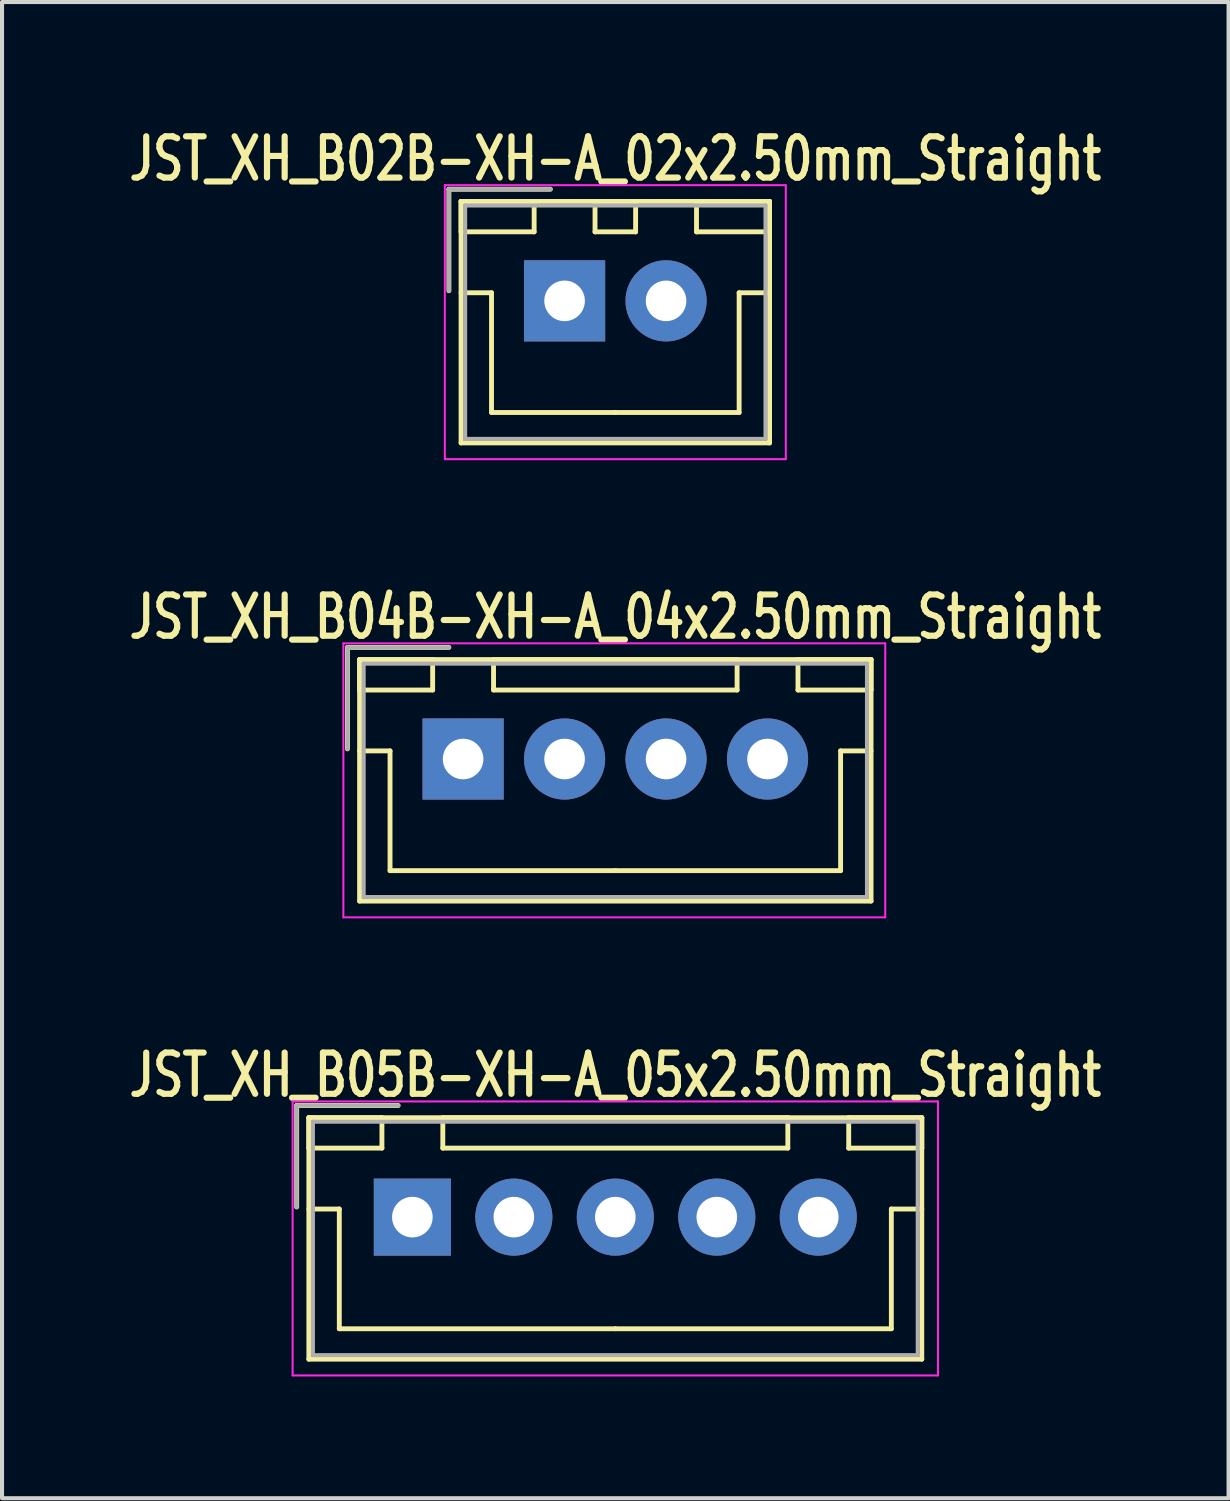
<source format=kicad_pcb>
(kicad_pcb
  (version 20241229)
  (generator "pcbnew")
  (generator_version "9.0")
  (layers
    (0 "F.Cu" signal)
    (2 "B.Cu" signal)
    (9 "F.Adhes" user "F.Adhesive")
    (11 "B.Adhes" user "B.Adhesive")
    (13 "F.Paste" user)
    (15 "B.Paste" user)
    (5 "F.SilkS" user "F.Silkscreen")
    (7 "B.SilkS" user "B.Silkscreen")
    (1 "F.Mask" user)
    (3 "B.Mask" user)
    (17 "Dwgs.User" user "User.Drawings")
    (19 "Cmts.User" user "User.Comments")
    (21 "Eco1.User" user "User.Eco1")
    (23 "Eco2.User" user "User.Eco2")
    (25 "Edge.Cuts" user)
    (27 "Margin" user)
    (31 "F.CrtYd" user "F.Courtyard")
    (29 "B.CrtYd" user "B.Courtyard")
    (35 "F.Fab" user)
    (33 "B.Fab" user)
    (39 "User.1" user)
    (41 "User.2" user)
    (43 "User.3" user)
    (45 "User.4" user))
  (footprint "JST_XH_B02B-XH-A_02x2.50mm_Straight"
    (layer "F.Cu")
    (at 10.859 4.362)
    (property "Reference" "JST_XH_B02B-XH-A_02x2.50mm_Straight" (at 1.25 -3.5 0) (layer "F.SilkS") (effects (font (size 1.016 0.762) (thickness 0.152))))
    (attr through_hole)
    (fp_line (start -2.85 -2.75) (end -2.85 -0.25) (stroke (width 0.12) (type solid)) (layer "F.SilkS"))
    (fp_line (start -2.55 -2.45) (end -2.55 -1.7) (stroke (width 0.12) (type solid)) (layer "F.SilkS"))
    (fp_line (start -2.55 -2.45) (end -2.55 3.5) (stroke (width 0.12) (type solid)) (layer "F.SilkS"))
    (fp_line (start -2.55 -1.7) (end -0.75 -1.7) (stroke (width 0.12) (type solid)) (layer "F.SilkS"))
    (fp_line (start -2.55 -0.2) (end -1.8 -0.2) (stroke (width 0.12) (type solid)) (layer "F.SilkS"))
    (fp_line (start -2.55 3.5) (end 5.05 3.5) (stroke (width 0.12) (type solid)) (layer "F.SilkS"))
    (fp_line (start -1.8 -0.2) (end -1.8 2.75) (stroke (width 0.12) (type solid)) (layer "F.SilkS"))
    (fp_line (start -1.8 2.75) (end 1.25 2.75) (stroke (width 0.12) (type solid)) (layer "F.SilkS"))
    (fp_line (start -0.75 -2.45) (end -2.55 -2.45) (stroke (width 0.12) (type solid)) (layer "F.SilkS"))
    (fp_line (start -0.75 -1.7) (end -0.75 -2.45) (stroke (width 0.12) (type solid)) (layer "F.SilkS"))
    (fp_line (start -0.35 -2.75) (end -2.85 -2.75) (stroke (width 0.12) (type solid)) (layer "F.SilkS"))
    (fp_line (start 0.75 -2.45) (end 0.75 -1.7) (stroke (width 0.12) (type solid)) (layer "F.SilkS"))
    (fp_line (start 0.75 -1.7) (end 1.75 -1.7) (stroke (width 0.12) (type solid)) (layer "F.SilkS"))
    (fp_line (start 1.75 -2.45) (end 0.75 -2.45) (stroke (width 0.12) (type solid)) (layer "F.SilkS"))
    (fp_line (start 1.75 -1.7) (end 1.75 -2.45) (stroke (width 0.12) (type solid)) (layer "F.SilkS"))
    (fp_line (start 3.25 -2.45) (end 3.25 -1.7) (stroke (width 0.12) (type solid)) (layer "F.SilkS"))
    (fp_line (start 3.25 -1.7) (end 5.05 -1.7) (stroke (width 0.12) (type solid)) (layer "F.SilkS"))
    (fp_line (start 4.3 -0.2) (end 4.3 2.75) (stroke (width 0.12) (type solid)) (layer "F.SilkS"))
    (fp_line (start 4.3 2.75) (end 1.25 2.75) (stroke (width 0.12) (type solid)) (layer "F.SilkS"))
    (fp_line (start 5.05 -2.45) (end -2.55 -2.45) (stroke (width 0.12) (type solid)) (layer "F.SilkS"))
    (fp_line (start 5.05 -2.45) (end 3.25 -2.45) (stroke (width 0.12) (type solid)) (layer "F.SilkS"))
    (fp_line (start 5.05 -1.7) (end 5.05 -2.45) (stroke (width 0.12) (type solid)) (layer "F.SilkS"))
    (fp_line (start 5.05 -0.2) (end 4.3 -0.2) (stroke (width 0.12) (type solid)) (layer "F.SilkS"))
    (fp_line (start 5.05 3.5) (end 5.05 -2.45) (stroke (width 0.12) (type solid)) (layer "F.SilkS"))
    (fp_line (start -2.95 -2.85) (end -2.95 3.9) (stroke (width 0.05) (type solid)) (layer "F.CrtYd"))
    (fp_line (start -2.95 3.9) (end 5.45 3.9) (stroke (width 0.05) (type solid)) (layer "F.CrtYd"))
    (fp_line (start 5.45 -2.85) (end -2.95 -2.85) (stroke (width 0.05) (type solid)) (layer "F.CrtYd"))
    (fp_line (start 5.45 3.9) (end 5.45 -2.85) (stroke (width 0.05) (type solid)) (layer "F.CrtYd"))
    (fp_line (start -2.85 -2.75) (end -2.85 -0.25) (stroke (width 0.1) (type solid)) (layer "F.Fab"))
    (fp_line (start -2.45 -2.35) (end -2.45 3.4) (stroke (width 0.1) (type solid)) (layer "F.Fab"))
    (fp_line (start -2.45 3.4) (end 4.95 3.4) (stroke (width 0.1) (type solid)) (layer "F.Fab"))
    (fp_line (start -0.35 -2.75) (end -2.85 -2.75) (stroke (width 0.1) (type solid)) (layer "F.Fab"))
    (fp_line (start 4.95 -2.35) (end -2.45 -2.35) (stroke (width 0.1) (type solid)) (layer "F.Fab"))
    (fp_line (start 4.95 3.4) (end 4.95 -2.35) (stroke (width 0.1) (type solid)) (layer "F.Fab"))
    (pad "1" thru_hole rect (at 0 0) (size 2 2) (drill 1) (layers "*.Cu" "*.Mask"))
    (pad "2" thru_hole circle (at 2.5 0) (size 2 2) (drill 1) (layers "*.Cu" "*.Mask")))
  (footprint "JST_XH_B04B-XH-A_04x2.50mm_Straight"
    (layer "F.Cu")
    (at 8.359 15.649)
    (property "Reference" "JST_XH_B04B-XH-A_04x2.50mm_Straight" (at 3.75 -3.5 0) (layer "F.SilkS") (effects (font (size 1.016 0.762) (thickness 0.152))))
    (attr through_hole)
    (fp_line (start -2.85 -2.75) (end -2.85 -0.25) (stroke (width 0.12) (type solid)) (layer "F.SilkS"))
    (fp_line (start -2.55 -2.45) (end -2.55 -1.7) (stroke (width 0.12) (type solid)) (layer "F.SilkS"))
    (fp_line (start -2.55 -2.45) (end -2.55 3.5) (stroke (width 0.12) (type solid)) (layer "F.SilkS"))
    (fp_line (start -2.55 -1.7) (end -0.75 -1.7) (stroke (width 0.12) (type solid)) (layer "F.SilkS"))
    (fp_line (start -2.55 -0.2) (end -1.8 -0.2) (stroke (width 0.12) (type solid)) (layer "F.SilkS"))
    (fp_line (start -2.55 3.5) (end 10.05 3.5) (stroke (width 0.12) (type solid)) (layer "F.SilkS"))
    (fp_line (start -1.8 -0.2) (end -1.8 2.75) (stroke (width 0.12) (type solid)) (layer "F.SilkS"))
    (fp_line (start -1.8 2.75) (end 3.75 2.75) (stroke (width 0.12) (type solid)) (layer "F.SilkS"))
    (fp_line (start -0.75 -2.45) (end -2.55 -2.45) (stroke (width 0.12) (type solid)) (layer "F.SilkS"))
    (fp_line (start -0.75 -1.7) (end -0.75 -2.45) (stroke (width 0.12) (type solid)) (layer "F.SilkS"))
    (fp_line (start -0.35 -2.75) (end -2.85 -2.75) (stroke (width 0.12) (type solid)) (layer "F.SilkS"))
    (fp_line (start 0.75 -2.45) (end 0.75 -1.7) (stroke (width 0.12) (type solid)) (layer "F.SilkS"))
    (fp_line (start 0.75 -1.7) (end 6.75 -1.7) (stroke (width 0.12) (type solid)) (layer "F.SilkS"))
    (fp_line (start 6.75 -2.45) (end 0.75 -2.45) (stroke (width 0.12) (type solid)) (layer "F.SilkS"))
    (fp_line (start 6.75 -1.7) (end 6.75 -2.45) (stroke (width 0.12) (type solid)) (layer "F.SilkS"))
    (fp_line (start 8.25 -2.45) (end 8.25 -1.7) (stroke (width 0.12) (type solid)) (layer "F.SilkS"))
    (fp_line (start 8.25 -1.7) (end 10.05 -1.7) (stroke (width 0.12) (type solid)) (layer "F.SilkS"))
    (fp_line (start 9.3 -0.2) (end 9.3 2.75) (stroke (width 0.12) (type solid)) (layer "F.SilkS"))
    (fp_line (start 9.3 2.75) (end 3.75 2.75) (stroke (width 0.12) (type solid)) (layer "F.SilkS"))
    (fp_line (start 10.05 -2.45) (end -2.55 -2.45) (stroke (width 0.12) (type solid)) (layer "F.SilkS"))
    (fp_line (start 10.05 -2.45) (end 8.25 -2.45) (stroke (width 0.12) (type solid)) (layer "F.SilkS"))
    (fp_line (start 10.05 -1.7) (end 10.05 -2.45) (stroke (width 0.12) (type solid)) (layer "F.SilkS"))
    (fp_line (start 10.05 -0.2) (end 9.3 -0.2) (stroke (width 0.12) (type solid)) (layer "F.SilkS"))
    (fp_line (start 10.05 3.5) (end 10.05 -2.45) (stroke (width 0.12) (type solid)) (layer "F.SilkS"))
    (fp_line (start -2.95 -2.85) (end -2.95 3.9) (stroke (width 0.05) (type solid)) (layer "F.CrtYd"))
    (fp_line (start -2.95 3.9) (end 10.4 3.9) (stroke (width 0.05) (type solid)) (layer "F.CrtYd"))
    (fp_line (start 10.4 -2.85) (end -2.95 -2.85) (stroke (width 0.05) (type solid)) (layer "F.CrtYd"))
    (fp_line (start 10.4 3.9) (end 10.4 -2.85) (stroke (width 0.05) (type solid)) (layer "F.CrtYd"))
    (fp_line (start -2.85 -2.75) (end -2.85 -0.25) (stroke (width 0.1) (type solid)) (layer "F.Fab"))
    (fp_line (start -2.45 -2.35) (end -2.45 3.4) (stroke (width 0.1) (type solid)) (layer "F.Fab"))
    (fp_line (start -2.45 3.4) (end 9.95 3.4) (stroke (width 0.1) (type solid)) (layer "F.Fab"))
    (fp_line (start -0.35 -2.75) (end -2.85 -2.75) (stroke (width 0.1) (type solid)) (layer "F.Fab"))
    (fp_line (start 9.95 -2.35) (end -2.45 -2.35) (stroke (width 0.1) (type solid)) (layer "F.Fab"))
    (fp_line (start 9.95 3.4) (end 9.95 -2.35) (stroke (width 0.1) (type solid)) (layer "F.Fab"))
    (pad "1" thru_hole rect (at 0 0) (size 2 2) (drill 1) (layers "*.Cu" "*.Mask"))
    (pad "2" thru_hole circle (at 2.5 0) (size 2 2) (drill 1) (layers "*.Cu" "*.Mask"))
    (pad "3" thru_hole circle (at 5 0) (size 2 2) (drill 1) (layers "*.Cu" "*.Mask"))
    (pad "4" thru_hole circle (at 7.5 0) (size 2 2) (drill 1) (layers "*.Cu" "*.Mask")))
  (footprint "JST_XH_B05B-XH-A_05x2.50mm_Straight"
    (layer "F.Cu")
    (at 7.109 26.935)
    (property "Reference" "JST_XH_B05B-XH-A_05x2.50mm_Straight" (at 5 -3.5 0) (layer "F.SilkS") (effects (font (size 1.016 0.762) (thickness 0.152))))
    (attr through_hole)
    (fp_line (start -2.85 -2.75) (end -2.85 -0.25) (stroke (width 0.12) (type solid)) (layer "F.SilkS"))
    (fp_line (start -2.55 -2.45) (end -2.55 -1.7) (stroke (width 0.12) (type solid)) (layer "F.SilkS"))
    (fp_line (start -2.55 -2.45) (end -2.55 3.5) (stroke (width 0.12) (type solid)) (layer "F.SilkS"))
    (fp_line (start -2.55 -1.7) (end -0.75 -1.7) (stroke (width 0.12) (type solid)) (layer "F.SilkS"))
    (fp_line (start -2.55 -0.2) (end -1.8 -0.2) (stroke (width 0.12) (type solid)) (layer "F.SilkS"))
    (fp_line (start -2.55 3.5) (end 12.55 3.5) (stroke (width 0.12) (type solid)) (layer "F.SilkS"))
    (fp_line (start -1.8 -0.2) (end -1.8 2.75) (stroke (width 0.12) (type solid)) (layer "F.SilkS"))
    (fp_line (start -1.8 2.75) (end 5 2.75) (stroke (width 0.12) (type solid)) (layer "F.SilkS"))
    (fp_line (start -0.75 -2.45) (end -2.55 -2.45) (stroke (width 0.12) (type solid)) (layer "F.SilkS"))
    (fp_line (start -0.75 -1.7) (end -0.75 -2.45) (stroke (width 0.12) (type solid)) (layer "F.SilkS"))
    (fp_line (start -0.35 -2.75) (end -2.85 -2.75) (stroke (width 0.12) (type solid)) (layer "F.SilkS"))
    (fp_line (start 0.75 -2.45) (end 0.75 -1.7) (stroke (width 0.12) (type solid)) (layer "F.SilkS"))
    (fp_line (start 0.75 -1.7) (end 9.25 -1.7) (stroke (width 0.12) (type solid)) (layer "F.SilkS"))
    (fp_line (start 9.25 -2.45) (end 0.75 -2.45) (stroke (width 0.12) (type solid)) (layer "F.SilkS"))
    (fp_line (start 9.25 -1.7) (end 9.25 -2.45) (stroke (width 0.12) (type solid)) (layer "F.SilkS"))
    (fp_line (start 10.75 -2.45) (end 10.75 -1.7) (stroke (width 0.12) (type solid)) (layer "F.SilkS"))
    (fp_line (start 10.75 -1.7) (end 12.55 -1.7) (stroke (width 0.12) (type solid)) (layer "F.SilkS"))
    (fp_line (start 11.8 -0.2) (end 11.8 2.75) (stroke (width 0.12) (type solid)) (layer "F.SilkS"))
    (fp_line (start 11.8 2.75) (end 5 2.75) (stroke (width 0.12) (type solid)) (layer "F.SilkS"))
    (fp_line (start 12.55 -2.45) (end -2.55 -2.45) (stroke (width 0.12) (type solid)) (layer "F.SilkS"))
    (fp_line (start 12.55 -2.45) (end 10.75 -2.45) (stroke (width 0.12) (type solid)) (layer "F.SilkS"))
    (fp_line (start 12.55 -1.7) (end 12.55 -2.45) (stroke (width 0.12) (type solid)) (layer "F.SilkS"))
    (fp_line (start 12.55 -0.2) (end 11.8 -0.2) (stroke (width 0.12) (type solid)) (layer "F.SilkS"))
    (fp_line (start 12.55 3.5) (end 12.55 -2.45) (stroke (width 0.12) (type solid)) (layer "F.SilkS"))
    (fp_line (start -2.95 -2.85) (end -2.95 3.9) (stroke (width 0.05) (type solid)) (layer "F.CrtYd"))
    (fp_line (start -2.95 3.9) (end 12.95 3.9) (stroke (width 0.05) (type solid)) (layer "F.CrtYd"))
    (fp_line (start 12.95 -2.85) (end -2.95 -2.85) (stroke (width 0.05) (type solid)) (layer "F.CrtYd"))
    (fp_line (start 12.95 3.9) (end 12.95 -2.85) (stroke (width 0.05) (type solid)) (layer "F.CrtYd"))
    (fp_line (start -2.85 -2.75) (end -2.85 -0.25) (stroke (width 0.1) (type solid)) (layer "F.Fab"))
    (fp_line (start -2.45 -2.35) (end -2.45 3.4) (stroke (width 0.1) (type solid)) (layer "F.Fab"))
    (fp_line (start -2.45 3.4) (end 12.45 3.4) (stroke (width 0.1) (type solid)) (layer "F.Fab"))
    (fp_line (start -0.35 -2.75) (end -2.85 -2.75) (stroke (width 0.1) (type solid)) (layer "F.Fab"))
    (fp_line (start 12.45 -2.35) (end -2.45 -2.35) (stroke (width 0.1) (type solid)) (layer "F.Fab"))
    (fp_line (start 12.45 3.4) (end 12.45 -2.35) (stroke (width 0.1) (type solid)) (layer "F.Fab"))
    (pad "1" thru_hole rect (at 0 0) (size 1.9 1.9) (drill 1) (layers "*.Cu" "*.Mask"))
    (pad "2" thru_hole circle (at 2.5 0) (size 1.9 1.9) (drill 1) (layers "*.Cu" "*.Mask"))
    (pad "3" thru_hole circle (at 5 0) (size 1.9 1.9) (drill 1) (layers "*.Cu" "*.Mask"))
    (pad "4" thru_hole circle (at 7.5 0) (size 1.9 1.9) (drill 1) (layers "*.Cu" "*.Mask"))
    (pad "5" thru_hole circle (at 10 0) (size 1.9 1.9) (drill 1) (layers "*.Cu" "*.Mask")))
  (gr_rect
    (start -3 -3)
    (end 27.217 33.86)
    (stroke (width 0.1) (type default))
    (fill no)
    (layer "Edge.Cuts")))
</source>
